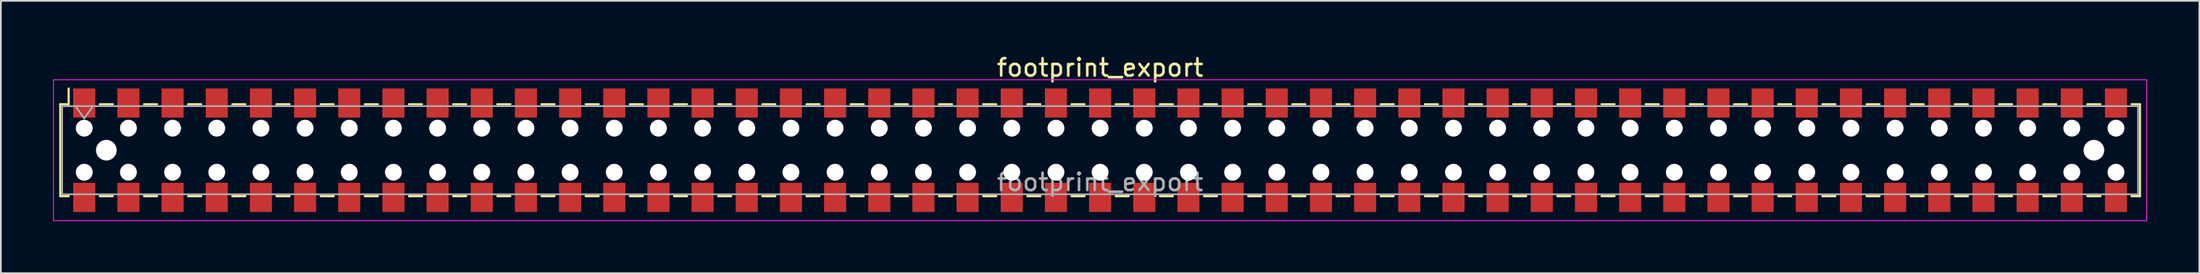
<source format=kicad_pcb>
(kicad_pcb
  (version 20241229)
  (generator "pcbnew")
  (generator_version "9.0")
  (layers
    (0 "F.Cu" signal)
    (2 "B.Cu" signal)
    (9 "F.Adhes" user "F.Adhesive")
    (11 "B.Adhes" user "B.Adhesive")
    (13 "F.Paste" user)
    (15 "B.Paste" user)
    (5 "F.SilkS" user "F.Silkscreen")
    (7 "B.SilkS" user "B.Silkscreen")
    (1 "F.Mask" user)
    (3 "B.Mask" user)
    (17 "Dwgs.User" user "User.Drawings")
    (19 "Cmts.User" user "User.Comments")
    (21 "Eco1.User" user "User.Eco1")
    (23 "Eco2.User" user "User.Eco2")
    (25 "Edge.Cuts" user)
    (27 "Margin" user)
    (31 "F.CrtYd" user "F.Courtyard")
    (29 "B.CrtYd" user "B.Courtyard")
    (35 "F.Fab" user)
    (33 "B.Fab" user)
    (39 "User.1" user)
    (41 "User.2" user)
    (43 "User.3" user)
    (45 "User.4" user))
  (footprint "footprint_export"
    (layer "F.Cu")
    (at 60.215 5.608)
    (property "Reference" "footprint_export" (at 0 -4.76 0) (layer "F.SilkS") (effects (font (size 1 1) (thickness 0.15))))
    (attr smd)
    (fp_line (start -59.8 -2.65) (end -59.8 2.65) (stroke (width 0.12) (type solid)) (layer "F.SilkS"))
    (fp_line (start -59.8 2.65) (end -59.315 2.65) (stroke (width 0.12) (type solid)) (layer "F.SilkS"))
    (fp_line (start -59.315 -3.56) (end -59.315 -2.65) (stroke (width 0.12) (type solid)) (layer "F.SilkS"))
    (fp_line (start -59.315 -2.65) (end -59.8 -2.65) (stroke (width 0.12) (type solid)) (layer "F.SilkS"))
    (fp_line (start -57.525 -2.65) (end -56.775 -2.65) (stroke (width 0.12) (type solid)) (layer "F.SilkS"))
    (fp_line (start -57.525 2.65) (end -56.775 2.65) (stroke (width 0.12) (type solid)) (layer "F.SilkS"))
    (fp_line (start -54.985 -2.65) (end -54.235 -2.65) (stroke (width 0.12) (type solid)) (layer "F.SilkS"))
    (fp_line (start -54.985 2.65) (end -54.235 2.65) (stroke (width 0.12) (type solid)) (layer "F.SilkS"))
    (fp_line (start -52.445 -2.65) (end -51.695 -2.65) (stroke (width 0.12) (type solid)) (layer "F.SilkS"))
    (fp_line (start -52.445 2.65) (end -51.695 2.65) (stroke (width 0.12) (type solid)) (layer "F.SilkS"))
    (fp_line (start -49.905 -2.65) (end -49.155 -2.65) (stroke (width 0.12) (type solid)) (layer "F.SilkS"))
    (fp_line (start -49.905 2.65) (end -49.155 2.65) (stroke (width 0.12) (type solid)) (layer "F.SilkS"))
    (fp_line (start -47.365 -2.65) (end -46.615 -2.65) (stroke (width 0.12) (type solid)) (layer "F.SilkS"))
    (fp_line (start -47.365 2.65) (end -46.615 2.65) (stroke (width 0.12) (type solid)) (layer "F.SilkS"))
    (fp_line (start -44.825 -2.65) (end -44.075 -2.65) (stroke (width 0.12) (type solid)) (layer "F.SilkS"))
    (fp_line (start -44.825 2.65) (end -44.075 2.65) (stroke (width 0.12) (type solid)) (layer "F.SilkS"))
    (fp_line (start -42.285 -2.65) (end -41.535 -2.65) (stroke (width 0.12) (type solid)) (layer "F.SilkS"))
    (fp_line (start -42.285 2.65) (end -41.535 2.65) (stroke (width 0.12) (type solid)) (layer "F.SilkS"))
    (fp_line (start -39.745 -2.65) (end -38.995 -2.65) (stroke (width 0.12) (type solid)) (layer "F.SilkS"))
    (fp_line (start -39.745 2.65) (end -38.995 2.65) (stroke (width 0.12) (type solid)) (layer "F.SilkS"))
    (fp_line (start -37.205 -2.65) (end -36.455 -2.65) (stroke (width 0.12) (type solid)) (layer "F.SilkS"))
    (fp_line (start -37.205 2.65) (end -36.455 2.65) (stroke (width 0.12) (type solid)) (layer "F.SilkS"))
    (fp_line (start -34.665 -2.65) (end -33.915 -2.65) (stroke (width 0.12) (type solid)) (layer "F.SilkS"))
    (fp_line (start -34.665 2.65) (end -33.915 2.65) (stroke (width 0.12) (type solid)) (layer "F.SilkS"))
    (fp_line (start -32.125 -2.65) (end -31.375 -2.65) (stroke (width 0.12) (type solid)) (layer "F.SilkS"))
    (fp_line (start -32.125 2.65) (end -31.375 2.65) (stroke (width 0.12) (type solid)) (layer "F.SilkS"))
    (fp_line (start -29.585 -2.65) (end -28.835 -2.65) (stroke (width 0.12) (type solid)) (layer "F.SilkS"))
    (fp_line (start -29.585 2.65) (end -28.835 2.65) (stroke (width 0.12) (type solid)) (layer "F.SilkS"))
    (fp_line (start -27.045 -2.65) (end -26.295 -2.65) (stroke (width 0.12) (type solid)) (layer "F.SilkS"))
    (fp_line (start -27.045 2.65) (end -26.295 2.65) (stroke (width 0.12) (type solid)) (layer "F.SilkS"))
    (fp_line (start -24.505 -2.65) (end -23.755 -2.65) (stroke (width 0.12) (type solid)) (layer "F.SilkS"))
    (fp_line (start -24.505 2.65) (end -23.755 2.65) (stroke (width 0.12) (type solid)) (layer "F.SilkS"))
    (fp_line (start -21.965 -2.65) (end -21.215 -2.65) (stroke (width 0.12) (type solid)) (layer "F.SilkS"))
    (fp_line (start -21.965 2.65) (end -21.215 2.65) (stroke (width 0.12) (type solid)) (layer "F.SilkS"))
    (fp_line (start -19.425 -2.65) (end -18.675 -2.65) (stroke (width 0.12) (type solid)) (layer "F.SilkS"))
    (fp_line (start -19.425 2.65) (end -18.675 2.65) (stroke (width 0.12) (type solid)) (layer "F.SilkS"))
    (fp_line (start -16.885 -2.65) (end -16.135 -2.65) (stroke (width 0.12) (type solid)) (layer "F.SilkS"))
    (fp_line (start -16.885 2.65) (end -16.135 2.65) (stroke (width 0.12) (type solid)) (layer "F.SilkS"))
    (fp_line (start -14.345 -2.65) (end -13.595 -2.65) (stroke (width 0.12) (type solid)) (layer "F.SilkS"))
    (fp_line (start -14.345 2.65) (end -13.595 2.65) (stroke (width 0.12) (type solid)) (layer "F.SilkS"))
    (fp_line (start -11.805 -2.65) (end -11.055 -2.65) (stroke (width 0.12) (type solid)) (layer "F.SilkS"))
    (fp_line (start -11.805 2.65) (end -11.055 2.65) (stroke (width 0.12) (type solid)) (layer "F.SilkS"))
    (fp_line (start -9.265 -2.65) (end -8.515 -2.65) (stroke (width 0.12) (type solid)) (layer "F.SilkS"))
    (fp_line (start -9.265 2.65) (end -8.515 2.65) (stroke (width 0.12) (type solid)) (layer "F.SilkS"))
    (fp_line (start -6.725 -2.65) (end -5.975 -2.65) (stroke (width 0.12) (type solid)) (layer "F.SilkS"))
    (fp_line (start -6.725 2.65) (end -5.975 2.65) (stroke (width 0.12) (type solid)) (layer "F.SilkS"))
    (fp_line (start -4.185 -2.65) (end -3.435 -2.65) (stroke (width 0.12) (type solid)) (layer "F.SilkS"))
    (fp_line (start -4.185 2.65) (end -3.435 2.65) (stroke (width 0.12) (type solid)) (layer "F.SilkS"))
    (fp_line (start -1.645 -2.65) (end -0.895 -2.65) (stroke (width 0.12) (type solid)) (layer "F.SilkS"))
    (fp_line (start -1.645 2.65) (end -0.895 2.65) (stroke (width 0.12) (type solid)) (layer "F.SilkS"))
    (fp_line (start 0.895 -2.65) (end 1.645 -2.65) (stroke (width 0.12) (type solid)) (layer "F.SilkS"))
    (fp_line (start 0.895 2.65) (end 1.645 2.65) (stroke (width 0.12) (type solid)) (layer "F.SilkS"))
    (fp_line (start 3.435 -2.65) (end 4.185 -2.65) (stroke (width 0.12) (type solid)) (layer "F.SilkS"))
    (fp_line (start 3.435 2.65) (end 4.185 2.65) (stroke (width 0.12) (type solid)) (layer "F.SilkS"))
    (fp_line (start 5.975 -2.65) (end 6.725 -2.65) (stroke (width 0.12) (type solid)) (layer "F.SilkS"))
    (fp_line (start 5.975 2.65) (end 6.725 2.65) (stroke (width 0.12) (type solid)) (layer "F.SilkS"))
    (fp_line (start 8.515 -2.65) (end 9.265 -2.65) (stroke (width 0.12) (type solid)) (layer "F.SilkS"))
    (fp_line (start 8.515 2.65) (end 9.265 2.65) (stroke (width 0.12) (type solid)) (layer "F.SilkS"))
    (fp_line (start 11.055 -2.65) (end 11.805 -2.65) (stroke (width 0.12) (type solid)) (layer "F.SilkS"))
    (fp_line (start 11.055 2.65) (end 11.805 2.65) (stroke (width 0.12) (type solid)) (layer "F.SilkS"))
    (fp_line (start 13.595 -2.65) (end 14.345 -2.65) (stroke (width 0.12) (type solid)) (layer "F.SilkS"))
    (fp_line (start 13.595 2.65) (end 14.345 2.65) (stroke (width 0.12) (type solid)) (layer "F.SilkS"))
    (fp_line (start 16.135 -2.65) (end 16.885 -2.65) (stroke (width 0.12) (type solid)) (layer "F.SilkS"))
    (fp_line (start 16.135 2.65) (end 16.885 2.65) (stroke (width 0.12) (type solid)) (layer "F.SilkS"))
    (fp_line (start 18.675 -2.65) (end 19.425 -2.65) (stroke (width 0.12) (type solid)) (layer "F.SilkS"))
    (fp_line (start 18.675 2.65) (end 19.425 2.65) (stroke (width 0.12) (type solid)) (layer "F.SilkS"))
    (fp_line (start 21.215 -2.65) (end 21.965 -2.65) (stroke (width 0.12) (type solid)) (layer "F.SilkS"))
    (fp_line (start 21.215 2.65) (end 21.965 2.65) (stroke (width 0.12) (type solid)) (layer "F.SilkS"))
    (fp_line (start 23.755 -2.65) (end 24.505 -2.65) (stroke (width 0.12) (type solid)) (layer "F.SilkS"))
    (fp_line (start 23.755 2.65) (end 24.505 2.65) (stroke (width 0.12) (type solid)) (layer "F.SilkS"))
    (fp_line (start 26.295 -2.65) (end 27.045 -2.65) (stroke (width 0.12) (type solid)) (layer "F.SilkS"))
    (fp_line (start 26.295 2.65) (end 27.045 2.65) (stroke (width 0.12) (type solid)) (layer "F.SilkS"))
    (fp_line (start 28.835 -2.65) (end 29.585 -2.65) (stroke (width 0.12) (type solid)) (layer "F.SilkS"))
    (fp_line (start 28.835 2.65) (end 29.585 2.65) (stroke (width 0.12) (type solid)) (layer "F.SilkS"))
    (fp_line (start 31.375 -2.65) (end 32.125 -2.65) (stroke (width 0.12) (type solid)) (layer "F.SilkS"))
    (fp_line (start 31.375 2.65) (end 32.125 2.65) (stroke (width 0.12) (type solid)) (layer "F.SilkS"))
    (fp_line (start 33.915 -2.65) (end 34.665 -2.65) (stroke (width 0.12) (type solid)) (layer "F.SilkS"))
    (fp_line (start 33.915 2.65) (end 34.665 2.65) (stroke (width 0.12) (type solid)) (layer "F.SilkS"))
    (fp_line (start 36.455 -2.65) (end 37.205 -2.65) (stroke (width 0.12) (type solid)) (layer "F.SilkS"))
    (fp_line (start 36.455 2.65) (end 37.205 2.65) (stroke (width 0.12) (type solid)) (layer "F.SilkS"))
    (fp_line (start 38.995 -2.65) (end 39.745 -2.65) (stroke (width 0.12) (type solid)) (layer "F.SilkS"))
    (fp_line (start 38.995 2.65) (end 39.745 2.65) (stroke (width 0.12) (type solid)) (layer "F.SilkS"))
    (fp_line (start 41.535 -2.65) (end 42.285 -2.65) (stroke (width 0.12) (type solid)) (layer "F.SilkS"))
    (fp_line (start 41.535 2.65) (end 42.285 2.65) (stroke (width 0.12) (type solid)) (layer "F.SilkS"))
    (fp_line (start 44.075 -2.65) (end 44.825 -2.65) (stroke (width 0.12) (type solid)) (layer "F.SilkS"))
    (fp_line (start 44.075 2.65) (end 44.825 2.65) (stroke (width 0.12) (type solid)) (layer "F.SilkS"))
    (fp_line (start 46.615 -2.65) (end 47.365 -2.65) (stroke (width 0.12) (type solid)) (layer "F.SilkS"))
    (fp_line (start 46.615 2.65) (end 47.365 2.65) (stroke (width 0.12) (type solid)) (layer "F.SilkS"))
    (fp_line (start 49.155 -2.65) (end 49.905 -2.65) (stroke (width 0.12) (type solid)) (layer "F.SilkS"))
    (fp_line (start 49.155 2.65) (end 49.905 2.65) (stroke (width 0.12) (type solid)) (layer "F.SilkS"))
    (fp_line (start 51.695 -2.65) (end 52.445 -2.65) (stroke (width 0.12) (type solid)) (layer "F.SilkS"))
    (fp_line (start 51.695 2.65) (end 52.445 2.65) (stroke (width 0.12) (type solid)) (layer "F.SilkS"))
    (fp_line (start 54.235 -2.65) (end 54.985 -2.65) (stroke (width 0.12) (type solid)) (layer "F.SilkS"))
    (fp_line (start 54.235 2.65) (end 54.985 2.65) (stroke (width 0.12) (type solid)) (layer "F.SilkS"))
    (fp_line (start 56.775 -2.65) (end 57.525 -2.65) (stroke (width 0.12) (type solid)) (layer "F.SilkS"))
    (fp_line (start 56.775 2.65) (end 57.525 2.65) (stroke (width 0.12) (type solid)) (layer "F.SilkS"))
    (fp_line (start 59.315 -2.65) (end 59.8 -2.65) (stroke (width 0.12) (type solid)) (layer "F.SilkS"))
    (fp_line (start 59.8 -2.65) (end 59.8 2.65) (stroke (width 0.12) (type solid)) (layer "F.SilkS"))
    (fp_line (start 59.8 2.65) (end 59.315 2.65) (stroke (width 0.12) (type solid)) (layer "F.SilkS"))
    (fp_line (start -60.19 -4.06) (end 60.19 -4.06) (stroke (width 0.05) (type solid)) (layer "F.CrtYd"))
    (fp_line (start -60.19 4.06) (end -60.19 -4.06) (stroke (width 0.05) (type solid)) (layer "F.CrtYd"))
    (fp_line (start 60.19 -4.06) (end 60.19 4.06) (stroke (width 0.05) (type solid)) (layer "F.CrtYd"))
    (fp_line (start 60.19 4.06) (end -60.19 4.06) (stroke (width 0.05) (type solid)) (layer "F.CrtYd"))
    (fp_line (start -59.69 -2.54) (end 59.69 -2.54) (stroke (width 0.1) (type solid)) (layer "F.Fab"))
    (fp_line (start -59.69 2.54) (end -59.69 -2.54) (stroke (width 0.1) (type solid)) (layer "F.Fab"))
    (fp_line (start -58.92 -2.54) (end -58.42 -1.833) (stroke (width 0.1) (type solid)) (layer "F.Fab"))
    (fp_line (start -58.42 -1.833) (end -57.92 -2.54) (stroke (width 0.1) (type solid)) (layer "F.Fab"))
    (fp_line (start 59.69 -2.54) (end 59.69 2.54) (stroke (width 0.1) (type solid)) (layer "F.Fab"))
    (fp_line (start 59.69 2.54) (end -59.69 2.54) (stroke (width 0.1) (type solid)) (layer "F.Fab"))
    (fp_text user "${REFERENCE}" (at 0 1.84 0) (layer "F.Fab") (effects (font (size 1 1) (thickness 0.15))))
    (pad "" np_thru_hole circle (at -58.42 -1.27) (size 0.97 0.97) (drill 0.97) (layers "*.Cu" "*.Mask"))
    (pad "" np_thru_hole circle (at -58.42 1.27) (size 0.97 0.97) (drill 0.97) (layers "*.Cu" "*.Mask"))
    (pad "" np_thru_hole circle (at -57.15 0) (size 1.19 1.19) (drill 1.19) (layers "*.Cu" "*.Mask"))
    (pad "" np_thru_hole circle (at -55.88 -1.27) (size 0.97 0.97) (drill 0.97) (layers "*.Cu" "*.Mask"))
    (pad "" np_thru_hole circle (at -55.88 1.27) (size 0.97 0.97) (drill 0.97) (layers "*.Cu" "*.Mask"))
    (pad "" np_thru_hole circle (at -53.34 -1.27) (size 0.97 0.97) (drill 0.97) (layers "*.Cu" "*.Mask"))
    (pad "" np_thru_hole circle (at -53.34 1.27) (size 0.97 0.97) (drill 0.97) (layers "*.Cu" "*.Mask"))
    (pad "" np_thru_hole circle (at -50.8 -1.27) (size 0.97 0.97) (drill 0.97) (layers "*.Cu" "*.Mask"))
    (pad "" np_thru_hole circle (at -50.8 1.27) (size 0.97 0.97) (drill 0.97) (layers "*.Cu" "*.Mask"))
    (pad "" np_thru_hole circle (at -48.26 -1.27) (size 0.97 0.97) (drill 0.97) (layers "*.Cu" "*.Mask"))
    (pad "" np_thru_hole circle (at -48.26 1.27) (size 0.97 0.97) (drill 0.97) (layers "*.Cu" "*.Mask"))
    (pad "" np_thru_hole circle (at -45.72 -1.27) (size 0.97 0.97) (drill 0.97) (layers "*.Cu" "*.Mask"))
    (pad "" np_thru_hole circle (at -45.72 1.27) (size 0.97 0.97) (drill 0.97) (layers "*.Cu" "*.Mask"))
    (pad "" np_thru_hole circle (at -43.18 -1.27) (size 0.97 0.97) (drill 0.97) (layers "*.Cu" "*.Mask"))
    (pad "" np_thru_hole circle (at -43.18 1.27) (size 0.97 0.97) (drill 0.97) (layers "*.Cu" "*.Mask"))
    (pad "" np_thru_hole circle (at -40.64 -1.27) (size 0.97 0.97) (drill 0.97) (layers "*.Cu" "*.Mask"))
    (pad "" np_thru_hole circle (at -40.64 1.27) (size 0.97 0.97) (drill 0.97) (layers "*.Cu" "*.Mask"))
    (pad "" np_thru_hole circle (at -38.1 -1.27) (size 0.97 0.97) (drill 0.97) (layers "*.Cu" "*.Mask"))
    (pad "" np_thru_hole circle (at -38.1 1.27) (size 0.97 0.97) (drill 0.97) (layers "*.Cu" "*.Mask"))
    (pad "" np_thru_hole circle (at -35.56 -1.27) (size 0.97 0.97) (drill 0.97) (layers "*.Cu" "*.Mask"))
    (pad "" np_thru_hole circle (at -35.56 1.27) (size 0.97 0.97) (drill 0.97) (layers "*.Cu" "*.Mask"))
    (pad "" np_thru_hole circle (at -33.02 -1.27) (size 0.97 0.97) (drill 0.97) (layers "*.Cu" "*.Mask"))
    (pad "" np_thru_hole circle (at -33.02 1.27) (size 0.97 0.97) (drill 0.97) (layers "*.Cu" "*.Mask"))
    (pad "" np_thru_hole circle (at -30.48 -1.27) (size 0.97 0.97) (drill 0.97) (layers "*.Cu" "*.Mask"))
    (pad "" np_thru_hole circle (at -30.48 1.27) (size 0.97 0.97) (drill 0.97) (layers "*.Cu" "*.Mask"))
    (pad "" np_thru_hole circle (at -27.94 -1.27) (size 0.97 0.97) (drill 0.97) (layers "*.Cu" "*.Mask"))
    (pad "" np_thru_hole circle (at -27.94 1.27) (size 0.97 0.97) (drill 0.97) (layers "*.Cu" "*.Mask"))
    (pad "" np_thru_hole circle (at -25.4 -1.27) (size 0.97 0.97) (drill 0.97) (layers "*.Cu" "*.Mask"))
    (pad "" np_thru_hole circle (at -25.4 1.27) (size 0.97 0.97) (drill 0.97) (layers "*.Cu" "*.Mask"))
    (pad "" np_thru_hole circle (at -22.86 -1.27) (size 0.97 0.97) (drill 0.97) (layers "*.Cu" "*.Mask"))
    (pad "" np_thru_hole circle (at -22.86 1.27) (size 0.97 0.97) (drill 0.97) (layers "*.Cu" "*.Mask"))
    (pad "" np_thru_hole circle (at -20.32 -1.27) (size 0.97 0.97) (drill 0.97) (layers "*.Cu" "*.Mask"))
    (pad "" np_thru_hole circle (at -20.32 1.27) (size 0.97 0.97) (drill 0.97) (layers "*.Cu" "*.Mask"))
    (pad "" np_thru_hole circle (at -17.78 -1.27) (size 0.97 0.97) (drill 0.97) (layers "*.Cu" "*.Mask"))
    (pad "" np_thru_hole circle (at -17.78 1.27) (size 0.97 0.97) (drill 0.97) (layers "*.Cu" "*.Mask"))
    (pad "" np_thru_hole circle (at -15.24 -1.27) (size 0.97 0.97) (drill 0.97) (layers "*.Cu" "*.Mask"))
    (pad "" np_thru_hole circle (at -15.24 1.27) (size 0.97 0.97) (drill 0.97) (layers "*.Cu" "*.Mask"))
    (pad "" np_thru_hole circle (at -12.7 -1.27) (size 0.97 0.97) (drill 0.97) (layers "*.Cu" "*.Mask"))
    (pad "" np_thru_hole circle (at -12.7 1.27) (size 0.97 0.97) (drill 0.97) (layers "*.Cu" "*.Mask"))
    (pad "" np_thru_hole circle (at -10.16 -1.27) (size 0.97 0.97) (drill 0.97) (layers "*.Cu" "*.Mask"))
    (pad "" np_thru_hole circle (at -10.16 1.27) (size 0.97 0.97) (drill 0.97) (layers "*.Cu" "*.Mask"))
    (pad "" np_thru_hole circle (at -7.62 -1.27) (size 0.97 0.97) (drill 0.97) (layers "*.Cu" "*.Mask"))
    (pad "" np_thru_hole circle (at -7.62 1.27) (size 0.97 0.97) (drill 0.97) (layers "*.Cu" "*.Mask"))
    (pad "" np_thru_hole circle (at -5.08 -1.27) (size 0.97 0.97) (drill 0.97) (layers "*.Cu" "*.Mask"))
    (pad "" np_thru_hole circle (at -5.08 1.27) (size 0.97 0.97) (drill 0.97) (layers "*.Cu" "*.Mask"))
    (pad "" np_thru_hole circle (at -2.54 -1.27) (size 0.97 0.97) (drill 0.97) (layers "*.Cu" "*.Mask"))
    (pad "" np_thru_hole circle (at -2.54 1.27) (size 0.97 0.97) (drill 0.97) (layers "*.Cu" "*.Mask"))
    (pad "" np_thru_hole circle (at 0 -1.27) (size 0.97 0.97) (drill 0.97) (layers "*.Cu" "*.Mask"))
    (pad "" np_thru_hole circle (at 0 1.27) (size 0.97 0.97) (drill 0.97) (layers "*.Cu" "*.Mask"))
    (pad "" np_thru_hole circle (at 2.54 -1.27) (size 0.97 0.97) (drill 0.97) (layers "*.Cu" "*.Mask"))
    (pad "" np_thru_hole circle (at 2.54 1.27) (size 0.97 0.97) (drill 0.97) (layers "*.Cu" "*.Mask"))
    (pad "" np_thru_hole circle (at 5.08 -1.27) (size 0.97 0.97) (drill 0.97) (layers "*.Cu" "*.Mask"))
    (pad "" np_thru_hole circle (at 5.08 1.27) (size 0.97 0.97) (drill 0.97) (layers "*.Cu" "*.Mask"))
    (pad "" np_thru_hole circle (at 7.62 -1.27) (size 0.97 0.97) (drill 0.97) (layers "*.Cu" "*.Mask"))
    (pad "" np_thru_hole circle (at 7.62 1.27) (size 0.97 0.97) (drill 0.97) (layers "*.Cu" "*.Mask"))
    (pad "" np_thru_hole circle (at 10.16 -1.27) (size 0.97 0.97) (drill 0.97) (layers "*.Cu" "*.Mask"))
    (pad "" np_thru_hole circle (at 10.16 1.27) (size 0.97 0.97) (drill 0.97) (layers "*.Cu" "*.Mask"))
    (pad "" np_thru_hole circle (at 12.7 -1.27) (size 0.97 0.97) (drill 0.97) (layers "*.Cu" "*.Mask"))
    (pad "" np_thru_hole circle (at 12.7 1.27) (size 0.97 0.97) (drill 0.97) (layers "*.Cu" "*.Mask"))
    (pad "" np_thru_hole circle (at 15.24 -1.27) (size 0.97 0.97) (drill 0.97) (layers "*.Cu" "*.Mask"))
    (pad "" np_thru_hole circle (at 15.24 1.27) (size 0.97 0.97) (drill 0.97) (layers "*.Cu" "*.Mask"))
    (pad "" np_thru_hole circle (at 17.78 -1.27) (size 0.97 0.97) (drill 0.97) (layers "*.Cu" "*.Mask"))
    (pad "" np_thru_hole circle (at 17.78 1.27) (size 0.97 0.97) (drill 0.97) (layers "*.Cu" "*.Mask"))
    (pad "" np_thru_hole circle (at 20.32 -1.27) (size 0.97 0.97) (drill 0.97) (layers "*.Cu" "*.Mask"))
    (pad "" np_thru_hole circle (at 20.32 1.27) (size 0.97 0.97) (drill 0.97) (layers "*.Cu" "*.Mask"))
    (pad "" np_thru_hole circle (at 22.86 -1.27) (size 0.97 0.97) (drill 0.97) (layers "*.Cu" "*.Mask"))
    (pad "" np_thru_hole circle (at 22.86 1.27) (size 0.97 0.97) (drill 0.97) (layers "*.Cu" "*.Mask"))
    (pad "" np_thru_hole circle (at 25.4 -1.27) (size 0.97 0.97) (drill 0.97) (layers "*.Cu" "*.Mask"))
    (pad "" np_thru_hole circle (at 25.4 1.27) (size 0.97 0.97) (drill 0.97) (layers "*.Cu" "*.Mask"))
    (pad "" np_thru_hole circle (at 27.94 -1.27) (size 0.97 0.97) (drill 0.97) (layers "*.Cu" "*.Mask"))
    (pad "" np_thru_hole circle (at 27.94 1.27) (size 0.97 0.97) (drill 0.97) (layers "*.Cu" "*.Mask"))
    (pad "" np_thru_hole circle (at 30.48 -1.27) (size 0.97 0.97) (drill 0.97) (layers "*.Cu" "*.Mask"))
    (pad "" np_thru_hole circle (at 30.48 1.27) (size 0.97 0.97) (drill 0.97) (layers "*.Cu" "*.Mask"))
    (pad "" np_thru_hole circle (at 33.02 -1.27) (size 0.97 0.97) (drill 0.97) (layers "*.Cu" "*.Mask"))
    (pad "" np_thru_hole circle (at 33.02 1.27) (size 0.97 0.97) (drill 0.97) (layers "*.Cu" "*.Mask"))
    (pad "" np_thru_hole circle (at 35.56 -1.27) (size 0.97 0.97) (drill 0.97) (layers "*.Cu" "*.Mask"))
    (pad "" np_thru_hole circle (at 35.56 1.27) (size 0.97 0.97) (drill 0.97) (layers "*.Cu" "*.Mask"))
    (pad "" np_thru_hole circle (at 38.1 -1.27) (size 0.97 0.97) (drill 0.97) (layers "*.Cu" "*.Mask"))
    (pad "" np_thru_hole circle (at 38.1 1.27) (size 0.97 0.97) (drill 0.97) (layers "*.Cu" "*.Mask"))
    (pad "" np_thru_hole circle (at 40.64 -1.27) (size 0.97 0.97) (drill 0.97) (layers "*.Cu" "*.Mask"))
    (pad "" np_thru_hole circle (at 40.64 1.27) (size 0.97 0.97) (drill 0.97) (layers "*.Cu" "*.Mask"))
    (pad "" np_thru_hole circle (at 43.18 -1.27) (size 0.97 0.97) (drill 0.97) (layers "*.Cu" "*.Mask"))
    (pad "" np_thru_hole circle (at 43.18 1.27) (size 0.97 0.97) (drill 0.97) (layers "*.Cu" "*.Mask"))
    (pad "" np_thru_hole circle (at 45.72 -1.27) (size 0.97 0.97) (drill 0.97) (layers "*.Cu" "*.Mask"))
    (pad "" np_thru_hole circle (at 45.72 1.27) (size 0.97 0.97) (drill 0.97) (layers "*.Cu" "*.Mask"))
    (pad "" np_thru_hole circle (at 48.26 -1.27) (size 0.97 0.97) (drill 0.97) (layers "*.Cu" "*.Mask"))
    (pad "" np_thru_hole circle (at 48.26 1.27) (size 0.97 0.97) (drill 0.97) (layers "*.Cu" "*.Mask"))
    (pad "" np_thru_hole circle (at 50.8 -1.27) (size 0.97 0.97) (drill 0.97) (layers "*.Cu" "*.Mask"))
    (pad "" np_thru_hole circle (at 50.8 1.27) (size 0.97 0.97) (drill 0.97) (layers "*.Cu" "*.Mask"))
    (pad "" np_thru_hole circle (at 53.34 -1.27) (size 0.97 0.97) (drill 0.97) (layers "*.Cu" "*.Mask"))
    (pad "" np_thru_hole circle (at 53.34 1.27) (size 0.97 0.97) (drill 0.97) (layers "*.Cu" "*.Mask"))
    (pad "" np_thru_hole circle (at 55.88 -1.27) (size 0.97 0.97) (drill 0.97) (layers "*.Cu" "*.Mask"))
    (pad "" np_thru_hole circle (at 55.88 1.27) (size 0.97 0.97) (drill 0.97) (layers "*.Cu" "*.Mask"))
    (pad "" np_thru_hole circle (at 57.15 0) (size 1.19 1.19) (drill 1.19) (layers "*.Cu" "*.Mask"))
    (pad "" np_thru_hole circle (at 58.42 -1.27) (size 0.97 0.97) (drill 0.97) (layers "*.Cu" "*.Mask"))
    (pad "" np_thru_hole circle (at 58.42 1.27) (size 0.97 0.97) (drill 0.97) (layers "*.Cu" "*.Mask"))
    (pad "1" smd rect (at -58.42 -2.72) (size 1.27 1.68) (layers "F.Cu" "F.Mask" "F.Paste"))
    (pad "2" smd rect (at -58.42 2.72) (size 1.27 1.68) (layers "F.Cu" "F.Mask" "F.Paste"))
    (pad "3" smd rect (at -55.88 -2.72) (size 1.27 1.68) (layers "F.Cu" "F.Mask" "F.Paste"))
    (pad "4" smd rect (at -55.88 2.72) (size 1.27 1.68) (layers "F.Cu" "F.Mask" "F.Paste"))
    (pad "5" smd rect (at -53.34 -2.72) (size 1.27 1.68) (layers "F.Cu" "F.Mask" "F.Paste"))
    (pad "6" smd rect (at -53.34 2.72) (size 1.27 1.68) (layers "F.Cu" "F.Mask" "F.Paste"))
    (pad "7" smd rect (at -50.8 -2.72) (size 1.27 1.68) (layers "F.Cu" "F.Mask" "F.Paste"))
    (pad "8" smd rect (at -50.8 2.72) (size 1.27 1.68) (layers "F.Cu" "F.Mask" "F.Paste"))
    (pad "9" smd rect (at -48.26 -2.72) (size 1.27 1.68) (layers "F.Cu" "F.Mask" "F.Paste"))
    (pad "10" smd rect (at -48.26 2.72) (size 1.27 1.68) (layers "F.Cu" "F.Mask" "F.Paste"))
    (pad "11" smd rect (at -45.72 -2.72) (size 1.27 1.68) (layers "F.Cu" "F.Mask" "F.Paste"))
    (pad "12" smd rect (at -45.72 2.72) (size 1.27 1.68) (layers "F.Cu" "F.Mask" "F.Paste"))
    (pad "13" smd rect (at -43.18 -2.72) (size 1.27 1.68) (layers "F.Cu" "F.Mask" "F.Paste"))
    (pad "14" smd rect (at -43.18 2.72) (size 1.27 1.68) (layers "F.Cu" "F.Mask" "F.Paste"))
    (pad "15" smd rect (at -40.64 -2.72) (size 1.27 1.68) (layers "F.Cu" "F.Mask" "F.Paste"))
    (pad "16" smd rect (at -40.64 2.72) (size 1.27 1.68) (layers "F.Cu" "F.Mask" "F.Paste"))
    (pad "17" smd rect (at -38.1 -2.72) (size 1.27 1.68) (layers "F.Cu" "F.Mask" "F.Paste"))
    (pad "18" smd rect (at -38.1 2.72) (size 1.27 1.68) (layers "F.Cu" "F.Mask" "F.Paste"))
    (pad "19" smd rect (at -35.56 -2.72) (size 1.27 1.68) (layers "F.Cu" "F.Mask" "F.Paste"))
    (pad "20" smd rect (at -35.56 2.72) (size 1.27 1.68) (layers "F.Cu" "F.Mask" "F.Paste"))
    (pad "21" smd rect (at -33.02 -2.72) (size 1.27 1.68) (layers "F.Cu" "F.Mask" "F.Paste"))
    (pad "22" smd rect (at -33.02 2.72) (size 1.27 1.68) (layers "F.Cu" "F.Mask" "F.Paste"))
    (pad "23" smd rect (at -30.48 -2.72) (size 1.27 1.68) (layers "F.Cu" "F.Mask" "F.Paste"))
    (pad "24" smd rect (at -30.48 2.72) (size 1.27 1.68) (layers "F.Cu" "F.Mask" "F.Paste"))
    (pad "25" smd rect (at -27.94 -2.72) (size 1.27 1.68) (layers "F.Cu" "F.Mask" "F.Paste"))
    (pad "26" smd rect (at -27.94 2.72) (size 1.27 1.68) (layers "F.Cu" "F.Mask" "F.Paste"))
    (pad "27" smd rect (at -25.4 -2.72) (size 1.27 1.68) (layers "F.Cu" "F.Mask" "F.Paste"))
    (pad "28" smd rect (at -25.4 2.72) (size 1.27 1.68) (layers "F.Cu" "F.Mask" "F.Paste"))
    (pad "29" smd rect (at -22.86 -2.72) (size 1.27 1.68) (layers "F.Cu" "F.Mask" "F.Paste"))
    (pad "30" smd rect (at -22.86 2.72) (size 1.27 1.68) (layers "F.Cu" "F.Mask" "F.Paste"))
    (pad "31" smd rect (at -20.32 -2.72) (size 1.27 1.68) (layers "F.Cu" "F.Mask" "F.Paste"))
    (pad "32" smd rect (at -20.32 2.72) (size 1.27 1.68) (layers "F.Cu" "F.Mask" "F.Paste"))
    (pad "33" smd rect (at -17.78 -2.72) (size 1.27 1.68) (layers "F.Cu" "F.Mask" "F.Paste"))
    (pad "34" smd rect (at -17.78 2.72) (size 1.27 1.68) (layers "F.Cu" "F.Mask" "F.Paste"))
    (pad "35" smd rect (at -15.24 -2.72) (size 1.27 1.68) (layers "F.Cu" "F.Mask" "F.Paste"))
    (pad "36" smd rect (at -15.24 2.72) (size 1.27 1.68) (layers "F.Cu" "F.Mask" "F.Paste"))
    (pad "37" smd rect (at -12.7 -2.72) (size 1.27 1.68) (layers "F.Cu" "F.Mask" "F.Paste"))
    (pad "38" smd rect (at -12.7 2.72) (size 1.27 1.68) (layers "F.Cu" "F.Mask" "F.Paste"))
    (pad "39" smd rect (at -10.16 -2.72) (size 1.27 1.68) (layers "F.Cu" "F.Mask" "F.Paste"))
    (pad "40" smd rect (at -10.16 2.72) (size 1.27 1.68) (layers "F.Cu" "F.Mask" "F.Paste"))
    (pad "41" smd rect (at -7.62 -2.72) (size 1.27 1.68) (layers "F.Cu" "F.Mask" "F.Paste"))
    (pad "42" smd rect (at -7.62 2.72) (size 1.27 1.68) (layers "F.Cu" "F.Mask" "F.Paste"))
    (pad "43" smd rect (at -5.08 -2.72) (size 1.27 1.68) (layers "F.Cu" "F.Mask" "F.Paste"))
    (pad "44" smd rect (at -5.08 2.72) (size 1.27 1.68) (layers "F.Cu" "F.Mask" "F.Paste"))
    (pad "45" smd rect (at -2.54 -2.72) (size 1.27 1.68) (layers "F.Cu" "F.Mask" "F.Paste"))
    (pad "46" smd rect (at -2.54 2.72) (size 1.27 1.68) (layers "F.Cu" "F.Mask" "F.Paste"))
    (pad "47" smd rect (at 0 -2.72) (size 1.27 1.68) (layers "F.Cu" "F.Mask" "F.Paste"))
    (pad "48" smd rect (at 0 2.72) (size 1.27 1.68) (layers "F.Cu" "F.Mask" "F.Paste"))
    (pad "49" smd rect (at 2.54 -2.72) (size 1.27 1.68) (layers "F.Cu" "F.Mask" "F.Paste"))
    (pad "50" smd rect (at 2.54 2.72) (size 1.27 1.68) (layers "F.Cu" "F.Mask" "F.Paste"))
    (pad "51" smd rect (at 5.08 -2.72) (size 1.27 1.68) (layers "F.Cu" "F.Mask" "F.Paste"))
    (pad "52" smd rect (at 5.08 2.72) (size 1.27 1.68) (layers "F.Cu" "F.Mask" "F.Paste"))
    (pad "53" smd rect (at 7.62 -2.72) (size 1.27 1.68) (layers "F.Cu" "F.Mask" "F.Paste"))
    (pad "54" smd rect (at 7.62 2.72) (size 1.27 1.68) (layers "F.Cu" "F.Mask" "F.Paste"))
    (pad "55" smd rect (at 10.16 -2.72) (size 1.27 1.68) (layers "F.Cu" "F.Mask" "F.Paste"))
    (pad "56" smd rect (at 10.16 2.72) (size 1.27 1.68) (layers "F.Cu" "F.Mask" "F.Paste"))
    (pad "57" smd rect (at 12.7 -2.72) (size 1.27 1.68) (layers "F.Cu" "F.Mask" "F.Paste"))
    (pad "58" smd rect (at 12.7 2.72) (size 1.27 1.68) (layers "F.Cu" "F.Mask" "F.Paste"))
    (pad "59" smd rect (at 15.24 -2.72) (size 1.27 1.68) (layers "F.Cu" "F.Mask" "F.Paste"))
    (pad "60" smd rect (at 15.24 2.72) (size 1.27 1.68) (layers "F.Cu" "F.Mask" "F.Paste"))
    (pad "61" smd rect (at 17.78 -2.72) (size 1.27 1.68) (layers "F.Cu" "F.Mask" "F.Paste"))
    (pad "62" smd rect (at 17.78 2.72) (size 1.27 1.68) (layers "F.Cu" "F.Mask" "F.Paste"))
    (pad "63" smd rect (at 20.32 -2.72) (size 1.27 1.68) (layers "F.Cu" "F.Mask" "F.Paste"))
    (pad "64" smd rect (at 20.32 2.72) (size 1.27 1.68) (layers "F.Cu" "F.Mask" "F.Paste"))
    (pad "65" smd rect (at 22.86 -2.72) (size 1.27 1.68) (layers "F.Cu" "F.Mask" "F.Paste"))
    (pad "66" smd rect (at 22.86 2.72) (size 1.27 1.68) (layers "F.Cu" "F.Mask" "F.Paste"))
    (pad "67" smd rect (at 25.4 -2.72) (size 1.27 1.68) (layers "F.Cu" "F.Mask" "F.Paste"))
    (pad "68" smd rect (at 25.4 2.72) (size 1.27 1.68) (layers "F.Cu" "F.Mask" "F.Paste"))
    (pad "69" smd rect (at 27.94 -2.72) (size 1.27 1.68) (layers "F.Cu" "F.Mask" "F.Paste"))
    (pad "70" smd rect (at 27.94 2.72) (size 1.27 1.68) (layers "F.Cu" "F.Mask" "F.Paste"))
    (pad "71" smd rect (at 30.48 -2.72) (size 1.27 1.68) (layers "F.Cu" "F.Mask" "F.Paste"))
    (pad "72" smd rect (at 30.48 2.72) (size 1.27 1.68) (layers "F.Cu" "F.Mask" "F.Paste"))
    (pad "73" smd rect (at 33.02 -2.72) (size 1.27 1.68) (layers "F.Cu" "F.Mask" "F.Paste"))
    (pad "74" smd rect (at 33.02 2.72) (size 1.27 1.68) (layers "F.Cu" "F.Mask" "F.Paste"))
    (pad "75" smd rect (at 35.56 -2.72) (size 1.27 1.68) (layers "F.Cu" "F.Mask" "F.Paste"))
    (pad "76" smd rect (at 35.56 2.72) (size 1.27 1.68) (layers "F.Cu" "F.Mask" "F.Paste"))
    (pad "77" smd rect (at 38.1 -2.72) (size 1.27 1.68) (layers "F.Cu" "F.Mask" "F.Paste"))
    (pad "78" smd rect (at 38.1 2.72) (size 1.27 1.68) (layers "F.Cu" "F.Mask" "F.Paste"))
    (pad "79" smd rect (at 40.64 -2.72) (size 1.27 1.68) (layers "F.Cu" "F.Mask" "F.Paste"))
    (pad "80" smd rect (at 40.64 2.72) (size 1.27 1.68) (layers "F.Cu" "F.Mask" "F.Paste"))
    (pad "81" smd rect (at 43.18 -2.72) (size 1.27 1.68) (layers "F.Cu" "F.Mask" "F.Paste"))
    (pad "82" smd rect (at 43.18 2.72) (size 1.27 1.68) (layers "F.Cu" "F.Mask" "F.Paste"))
    (pad "83" smd rect (at 45.72 -2.72) (size 1.27 1.68) (layers "F.Cu" "F.Mask" "F.Paste"))
    (pad "84" smd rect (at 45.72 2.72) (size 1.27 1.68) (layers "F.Cu" "F.Mask" "F.Paste"))
    (pad "85" smd rect (at 48.26 -2.72) (size 1.27 1.68) (layers "F.Cu" "F.Mask" "F.Paste"))
    (pad "86" smd rect (at 48.26 2.72) (size 1.27 1.68) (layers "F.Cu" "F.Mask" "F.Paste"))
    (pad "87" smd rect (at 50.8 -2.72) (size 1.27 1.68) (layers "F.Cu" "F.Mask" "F.Paste"))
    (pad "88" smd rect (at 50.8 2.72) (size 1.27 1.68) (layers "F.Cu" "F.Mask" "F.Paste"))
    (pad "89" smd rect (at 53.34 -2.72) (size 1.27 1.68) (layers "F.Cu" "F.Mask" "F.Paste"))
    (pad "90" smd rect (at 53.34 2.72) (size 1.27 1.68) (layers "F.Cu" "F.Mask" "F.Paste"))
    (pad "91" smd rect (at 55.88 -2.72) (size 1.27 1.68) (layers "F.Cu" "F.Mask" "F.Paste"))
    (pad "92" smd rect (at 55.88 2.72) (size 1.27 1.68) (layers "F.Cu" "F.Mask" "F.Paste"))
    (pad "93" smd rect (at 58.42 -2.72) (size 1.27 1.68) (layers "F.Cu" "F.Mask" "F.Paste"))
    (pad "94" smd rect (at 58.42 2.72) (size 1.27 1.68) (layers "F.Cu" "F.Mask" "F.Paste")))
  (gr_rect
    (start -3 -3)
    (end 123.43 12.693)
    (stroke (width 0.1) (type default))
    (fill no)
    (layer "Edge.Cuts")))
</source>
